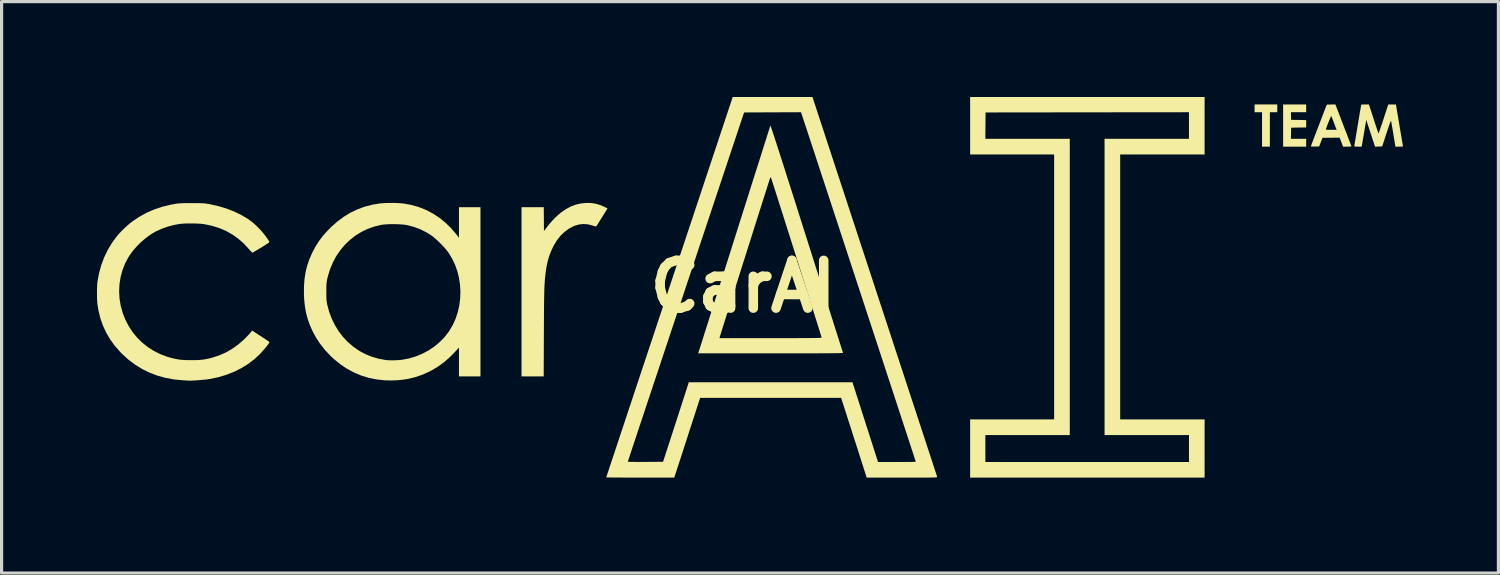
<source format=kicad_pcb>
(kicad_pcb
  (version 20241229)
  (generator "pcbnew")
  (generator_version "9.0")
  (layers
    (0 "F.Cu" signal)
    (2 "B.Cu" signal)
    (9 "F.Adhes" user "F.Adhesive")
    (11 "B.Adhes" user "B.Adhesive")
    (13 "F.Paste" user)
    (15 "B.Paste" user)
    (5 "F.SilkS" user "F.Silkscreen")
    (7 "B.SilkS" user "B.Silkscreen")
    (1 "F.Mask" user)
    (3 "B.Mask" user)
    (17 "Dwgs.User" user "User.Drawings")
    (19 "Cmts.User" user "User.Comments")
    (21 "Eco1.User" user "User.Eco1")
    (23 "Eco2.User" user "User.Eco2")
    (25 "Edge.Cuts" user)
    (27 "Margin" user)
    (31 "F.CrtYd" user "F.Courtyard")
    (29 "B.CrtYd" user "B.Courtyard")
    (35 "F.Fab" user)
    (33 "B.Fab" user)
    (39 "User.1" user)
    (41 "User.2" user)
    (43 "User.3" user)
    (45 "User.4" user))
  (footprint "CarAI"
    (layer "F.Cu")
    (at 20.316 5.96)
    (property "Reference" "CarAI" (at 0 0 0) (layer "F.SilkS") (effects (font (size 1.5 1.5) (thickness 0.3))))
    (attr board_only exclude_from_pos_files exclude_from_bom)
    (fp_poly (pts (xy 16.798 -5.603) (xy 16.798 -5.481) (xy 16.681 -5.481) (xy 16.565 -5.481) (xy 16.565 -4.94) (xy 16.565 -4.399) (xy 16.442 -4.399) (xy 16.319 -4.399) (xy 16.319 -4.94) (xy 16.319 -5.481) (xy 16.202 -5.481) (xy 16.085 -5.481) (xy 16.085 -5.603) (xy 16.085 -5.726) (xy 16.442 -5.726) (xy 16.798 -5.726)) (stroke (width 0) (type solid)) (fill yes) (layer "F.SilkS"))
    (fp_poly (pts (xy 17.707 -5.603) (xy 17.707 -5.481) (xy 17.467 -5.481) (xy 17.227 -5.481) (xy 17.231 -5.361) (xy 17.234 -5.241) (xy 17.471 -5.238) (xy 17.707 -5.234) (xy 17.707 -5.118) (xy 17.707 -5.002) (xy 17.471 -4.999) (xy 17.234 -4.995) (xy 17.231 -4.82) (xy 17.228 -4.645) (xy 17.468 -4.645) (xy 17.707 -4.645) (xy 17.707 -4.522) (xy 17.707 -4.399) (xy 17.345 -4.399) (xy 16.982 -4.399) (xy 16.982 -5.063) (xy 16.982 -5.726) (xy 17.345 -5.726) (xy 17.707 -5.726)) (stroke (width 0) (type solid)) (fill yes) (layer "F.SilkS"))
    (fp_poly (pts (xy 14.513 -5.057) (xy 14.513 -4.153) (xy 13.185 -4.153) (xy 11.858 -4.153) (xy 11.858 0.012) (xy 11.858 4.178) (xy 13.185 4.178) (xy 14.513 4.178) (xy 14.513 5.094) (xy 14.513 6.009) (xy 10.826 6.009) (xy 7.14 6.009) (xy 7.14 5.094) (xy 7.14 4.178) (xy 8.461 4.178) (xy 9.782 4.178) (xy 9.782 0.012) (xy 9.782 -4.153) (xy 8.461 -4.153) (xy 7.14 -4.153) (xy 7.14 -4.645) (xy 7.618 -4.645) (xy 8.946 -4.645) (xy 10.273 -4.645) (xy 10.273 0.012) (xy 10.273 4.67) (xy 8.946 4.67) (xy 7.619 4.67) (xy 7.619 5.094) (xy 7.619 5.517) (xy 10.82 5.517) (xy 14.021 5.517) (xy 14.021 5.094) (xy 14.021 4.67) (xy 12.694 4.67) (xy 11.367 4.67) (xy 11.367 0.012) (xy 11.367 -4.645) (xy 12.694 -4.645) (xy 14.021 -4.645) (xy 14.021 -5.063) (xy 14.021 -5.481) (xy 10.823 -5.478) (xy 7.625 -5.474) (xy 7.622 -5.06) (xy 7.618 -4.645) (xy 7.14 -4.645) (xy 7.14 -5.057) (xy 7.14 -5.96) (xy 10.826 -5.96) (xy 14.513 -5.96)) (stroke (width 0) (type solid)) (fill yes) (layer "F.SilkS"))
    (fp_poly (pts (xy 18.876 -5.074) (xy 18.922 -4.953) (xy 18.966 -4.84) (xy 19.006 -4.735) (xy 19.042 -4.641) (xy 19.073 -4.561) (xy 19.098 -4.495) (xy 19.117 -4.447) (xy 19.128 -4.418) (xy 19.131 -4.41) (xy 19.121 -4.406) (xy 19.092 -4.402) (xy 19.047 -4.4) (xy 19.001 -4.399) (xy 18.866 -4.399) (xy 18.813 -4.541) (xy 18.76 -4.682) (xy 18.49 -4.679) (xy 18.22 -4.676) (xy 18.168 -4.541) (xy 18.116 -4.405) (xy 17.985 -4.402) (xy 17.932 -4.401) (xy 17.889 -4.403) (xy 17.862 -4.405) (xy 17.855 -4.408) (xy 17.859 -4.422) (xy 17.872 -4.455) (xy 17.891 -4.508) (xy 17.917 -4.577) (xy 17.949 -4.661) (xy 17.986 -4.758) (xy 18.026 -4.865) (xy 18.056 -4.943) (xy 18.325 -4.943) (xy 18.328 -4.937) (xy 18.345 -4.932) (xy 18.38 -4.929) (xy 18.433 -4.928) (xy 18.492 -4.928) (xy 18.666 -4.928) (xy 18.641 -4.991) (xy 18.626 -5.027) (xy 18.606 -5.08) (xy 18.583 -5.141) (xy 18.56 -5.203) (xy 18.538 -5.259) (xy 18.519 -5.308) (xy 18.504 -5.343) (xy 18.495 -5.36) (xy 18.495 -5.361) (xy 18.488 -5.353) (xy 18.475 -5.325) (xy 18.456 -5.282) (xy 18.433 -5.227) (xy 18.407 -5.163) (xy 18.38 -5.094) (xy 18.354 -5.024) (xy 18.33 -4.957) (xy 18.325 -4.943) (xy 18.056 -4.943) (xy 18.07 -4.98) (xy 18.105 -5.069) (xy 18.354 -5.72) (xy 18.49 -5.724) (xy 18.625 -5.727)) (stroke (width 0) (type solid)) (fill yes) (layer "F.SilkS"))
    (fp_poly (pts (xy -4.747 -2.623) (xy -4.621 -2.601) (xy -4.495 -2.563) (xy -4.363 -2.507) (xy -4.322 -2.487) (xy -4.263 -2.457) (xy -4.291 -2.411) (xy -4.334 -2.341) (xy -4.38 -2.267) (xy -4.427 -2.192) (xy -4.473 -2.119) (xy -4.515 -2.051) (xy -4.553 -1.991) (xy -4.584 -1.943) (xy -4.606 -1.908) (xy -4.617 -1.891) (xy -4.618 -1.89) (xy -4.633 -1.89) (xy -4.665 -1.897) (xy -4.709 -1.91) (xy -4.737 -1.92) (xy -4.874 -1.955) (xy -5.012 -1.966) (xy -5.15 -1.953) (xy -5.285 -1.916) (xy -5.34 -1.893) (xy -5.487 -1.813) (xy -5.623 -1.711) (xy -5.747 -1.59) (xy -5.857 -1.449) (xy -5.953 -1.29) (xy -5.963 -1.271) (xy -6.038 -1.111) (xy -6.098 -0.954) (xy -6.145 -0.793) (xy -6.181 -0.621) (xy -6.205 -0.461) (xy -6.213 -0.396) (xy -6.22 -0.335) (xy -6.226 -0.276) (xy -6.232 -0.216) (xy -6.237 -0.155) (xy -6.241 -0.09) (xy -6.245 -0.021) (xy -6.248 0.056) (xy -6.251 0.141) (xy -6.253 0.236) (xy -6.255 0.343) (xy -6.257 0.463) (xy -6.259 0.599) (xy -6.26 0.751) (xy -6.261 0.922) (xy -6.262 1.113) (xy -6.263 1.326) (xy -6.264 1.459) (xy -6.269 2.826) (xy -6.618 2.826) (xy -6.967 2.826) (xy -6.967 0.166) (xy -6.967 -2.495) (xy -6.617 -2.495) (xy -6.267 -2.495) (xy -6.264 -2.12) (xy -6.261 -1.745) (xy -6.156 -1.883) (xy -6.081 -1.978) (xy -5.996 -2.074) (xy -5.906 -2.166) (xy -5.818 -2.25) (xy -5.736 -2.319) (xy -5.714 -2.336) (xy -5.561 -2.439) (xy -5.41 -2.519) (xy -5.258 -2.576) (xy -5.101 -2.612) (xy -4.938 -2.629) (xy -4.88 -2.63)) (stroke (width 0) (type solid)) (fill yes) (layer "F.SilkS"))
    (fp_poly (pts (xy 19.827 -5.275) (xy 19.859 -5.174) (xy 19.89 -5.081) (xy 19.918 -4.997) (xy 19.941 -4.927) (xy 19.96 -4.871) (xy 19.973 -4.833) (xy 19.98 -4.815) (xy 19.981 -4.814) (xy 19.986 -4.823) (xy 19.998 -4.853) (xy 20.016 -4.902) (xy 20.038 -4.967) (xy 20.065 -5.046) (xy 20.096 -5.135) (xy 20.128 -5.234) (xy 20.138 -5.266) (xy 20.289 -5.726) (xy 20.409 -5.726) (xy 20.529 -5.726) (xy 20.637 -5.084) (xy 20.657 -4.961) (xy 20.677 -4.845) (xy 20.695 -4.738) (xy 20.711 -4.643) (xy 20.725 -4.562) (xy 20.736 -4.497) (xy 20.745 -4.45) (xy 20.749 -4.425) (xy 20.75 -4.421) (xy 20.751 -4.411) (xy 20.743 -4.405) (xy 20.723 -4.401) (xy 20.687 -4.4) (xy 20.636 -4.399) (xy 20.514 -4.399) (xy 20.449 -4.789) (xy 20.433 -4.886) (xy 20.418 -4.975) (xy 20.404 -5.055) (xy 20.393 -5.121) (xy 20.384 -5.172) (xy 20.378 -5.203) (xy 20.377 -5.21) (xy 20.373 -5.212) (xy 20.364 -5.197) (xy 20.35 -5.165) (xy 20.331 -5.115) (xy 20.307 -5.044) (xy 20.276 -4.953) (xy 20.239 -4.839) (xy 20.233 -4.823) (xy 20.097 -4.405) (xy 19.985 -4.402) (xy 19.872 -4.398) (xy 19.734 -4.82) (xy 19.596 -5.241) (xy 19.532 -4.864) (xy 19.516 -4.769) (xy 19.5 -4.679) (xy 19.487 -4.599) (xy 19.475 -4.532) (xy 19.466 -4.481) (xy 19.461 -4.449) (xy 19.46 -4.443) (xy 19.451 -4.399) (xy 19.335 -4.399) (xy 19.285 -4.4) (xy 19.246 -4.403) (xy 19.223 -4.408) (xy 19.219 -4.411) (xy 19.221 -4.425) (xy 19.227 -4.46) (xy 19.235 -4.514) (xy 19.247 -4.584) (xy 19.261 -4.668) (xy 19.276 -4.762) (xy 19.293 -4.863) (xy 19.311 -4.969) (xy 19.329 -5.078) (xy 19.347 -5.186) (xy 19.365 -5.291) (xy 19.381 -5.389) (xy 19.396 -5.479) (xy 19.41 -5.557) (xy 19.421 -5.621) (xy 19.429 -5.668) (xy 19.434 -5.694) (xy 19.434 -5.699) (xy 19.439 -5.711) (xy 19.448 -5.719) (xy 19.466 -5.724) (xy 19.499 -5.726) (xy 19.551 -5.726) (xy 19.56 -5.726) (xy 19.68 -5.726)) (stroke (width 0) (type solid)) (fill yes) (layer "F.SilkS"))
    (fp_poly (pts (xy -10.982 -2.629) (xy -10.861 -2.625) (xy -10.752 -2.618) (xy -10.682 -2.611) (xy -10.437 -2.567) (xy -10.202 -2.501) (xy -9.977 -2.412) (xy -9.763 -2.301) (xy -9.559 -2.169) (xy -9.367 -2.015) (xy -9.186 -1.84) (xy -9.018 -1.643) (xy -8.979 -1.593) (xy -8.934 -1.533) (xy -8.934 -2.014) (xy -8.934 -2.495) (xy -8.596 -2.495) (xy -8.258 -2.495) (xy -8.258 0.166) (xy -8.258 2.826) (xy -8.596 2.826) (xy -8.934 2.826) (xy -8.934 2.372) (xy -8.934 1.917) (xy -9.018 2.012) (xy -9.201 2.203) (xy -9.397 2.374) (xy -9.603 2.524) (xy -9.819 2.652) (xy -10.044 2.757) (xy -10.278 2.841) (xy -10.518 2.901) (xy -10.691 2.929) (xy -10.885 2.948) (xy -11.085 2.954) (xy -11.276 2.948) (xy -11.532 2.92) (xy -11.779 2.869) (xy -12.017 2.795) (xy -12.246 2.698) (xy -12.465 2.579) (xy -12.675 2.437) (xy -12.875 2.273) (xy -12.99 2.164) (xy -13.157 1.983) (xy -13.302 1.798) (xy -13.429 1.605) (xy -13.536 1.407) (xy -13.622 1.214) (xy -13.69 1.023) (xy -13.742 0.829) (xy -13.778 0.626) (xy -13.801 0.41) (xy -13.809 0.245) (xy -13.808 0.166) (xy -13.104 0.166) (xy -13.104 0.26) (xy -13.103 0.335) (xy -13.101 0.394) (xy -13.097 0.444) (xy -13.091 0.489) (xy -13.083 0.534) (xy -13.077 0.565) (xy -13.017 0.791) (xy -12.936 1.007) (xy -12.836 1.212) (xy -12.718 1.404) (xy -12.582 1.582) (xy -12.431 1.743) (xy -12.264 1.887) (xy -12.085 2.012) (xy -12.019 2.051) (xy -11.839 2.142) (xy -11.655 2.214) (xy -11.463 2.269) (xy -11.258 2.307) (xy -11.201 2.314) (xy -11.145 2.318) (xy -11.073 2.32) (xy -10.99 2.32) (xy -10.904 2.317) (xy -10.823 2.313) (xy -10.753 2.306) (xy -10.738 2.305) (xy -10.515 2.263) (xy -10.298 2.2) (xy -10.092 2.116) (xy -9.896 2.013) (xy -9.713 1.891) (xy -9.544 1.751) (xy -9.392 1.596) (xy -9.258 1.424) (xy -9.239 1.396) (xy -9.13 1.211) (xy -9.041 1.015) (xy -8.972 0.81) (xy -8.924 0.597) (xy -8.896 0.381) (xy -8.888 0.162) (xy -8.901 -0.057) (xy -8.933 -0.273) (xy -8.986 -0.484) (xy -9.059 -0.689) (xy -9.152 -0.884) (xy -9.265 -1.068) (xy -9.275 -1.081) (xy -9.33 -1.153) (xy -9.4 -1.234) (xy -9.481 -1.32) (xy -9.566 -1.404) (xy -9.651 -1.484) (xy -9.731 -1.553) (xy -9.794 -1.601) (xy -9.965 -1.708) (xy -10.151 -1.8) (xy -10.348 -1.874) (xy -10.551 -1.928) (xy -10.57 -1.932) (xy -10.654 -1.945) (xy -10.756 -1.954) (xy -10.87 -1.96) (xy -10.989 -1.962) (xy -11.108 -1.961) (xy -11.22 -1.956) (xy -11.32 -1.947) (xy -11.385 -1.937) (xy -11.603 -1.884) (xy -11.811 -1.81) (xy -12.007 -1.714) (xy -12.192 -1.6) (xy -12.363 -1.466) (xy -12.52 -1.315) (xy -12.661 -1.147) (xy -12.787 -0.965) (xy -12.894 -0.767) (xy -12.983 -0.557) (xy -13.053 -0.334) (xy -13.077 -0.233) (xy -13.086 -0.186) (xy -13.093 -0.142) (xy -13.098 -0.096) (xy -13.102 -0.043) (xy -13.103 0.021) (xy -13.104 0.102) (xy -13.104 0.166) (xy -13.808 0.166) (xy -13.808 0.003) (xy -13.792 -0.222) (xy -13.76 -0.436) (xy -13.711 -0.641) (xy -13.644 -0.841) (xy -13.559 -1.039) (xy -13.542 -1.075) (xy -13.447 -1.254) (xy -13.343 -1.419) (xy -13.226 -1.576) (xy -13.093 -1.729) (xy -12.963 -1.862) (xy -12.766 -2.037) (xy -12.563 -2.189) (xy -12.352 -2.319) (xy -12.131 -2.425) (xy -11.901 -2.51) (xy -11.661 -2.573) (xy -11.437 -2.611) (xy -11.341 -2.62) (xy -11.229 -2.626) (xy -11.107 -2.629)) (stroke (width 0) (type solid)) (fill yes) (layer "F.SilkS"))
    (fp_poly (pts (xy -17.327 -2.623) (xy -17.218 -2.622) (xy -17.13 -2.622) (xy -17.059 -2.62) (xy -17.001 -2.618) (xy -16.951 -2.615) (xy -16.906 -2.611) (xy -16.861 -2.605) (xy -16.814 -2.597) (xy -16.774 -2.59) (xy -16.504 -2.53) (xy -16.247 -2.453) (xy -16.004 -2.359) (xy -15.776 -2.248) (xy -15.565 -2.122) (xy -15.517 -2.089) (xy -15.416 -2.011) (xy -15.31 -1.916) (xy -15.204 -1.81) (xy -15.103 -1.697) (xy -15.012 -1.583) (xy -14.936 -1.474) (xy -14.929 -1.463) (xy -14.907 -1.427) (xy -14.898 -1.405) (xy -14.901 -1.391) (xy -14.907 -1.384) (xy -14.923 -1.372) (xy -14.957 -1.349) (xy -15.003 -1.32) (xy -15.059 -1.284) (xy -15.121 -1.246) (xy -15.186 -1.206) (xy -15.25 -1.167) (xy -15.309 -1.132) (xy -15.359 -1.102) (xy -15.398 -1.079) (xy -15.422 -1.066) (xy -15.427 -1.064) (xy -15.44 -1.073) (xy -15.465 -1.096) (xy -15.498 -1.132) (xy -15.535 -1.174) (xy -15.697 -1.349) (xy -15.87 -1.502) (xy -16.056 -1.634) (xy -16.254 -1.745) (xy -16.467 -1.837) (xy -16.693 -1.908) (xy -16.933 -1.959) (xy -16.952 -1.962) (xy -17.027 -1.971) (xy -17.12 -1.978) (xy -17.226 -1.982) (xy -17.338 -1.984) (xy -17.449 -1.984) (xy -17.555 -1.981) (xy -17.649 -1.975) (xy -17.72 -1.968) (xy -17.906 -1.933) (xy -18.094 -1.883) (xy -18.275 -1.819) (xy -18.443 -1.744) (xy -18.497 -1.716) (xy -18.646 -1.625) (xy -18.795 -1.514) (xy -18.94 -1.389) (xy -19.075 -1.253) (xy -19.197 -1.111) (xy -19.3 -0.967) (xy -19.332 -0.915) (xy -19.435 -0.719) (xy -19.515 -0.514) (xy -19.573 -0.301) (xy -19.608 -0.082) (xy -19.62 0.14) (xy -19.609 0.363) (xy -19.574 0.586) (xy -19.568 0.612) (xy -19.506 0.835) (xy -19.422 1.047) (xy -19.318 1.247) (xy -19.196 1.434) (xy -19.055 1.605) (xy -18.897 1.761) (xy -18.723 1.9) (xy -18.535 2.021) (xy -18.333 2.123) (xy -18.118 2.205) (xy -17.996 2.24) (xy -17.899 2.265) (xy -17.811 2.283) (xy -17.728 2.297) (xy -17.643 2.306) (xy -17.55 2.312) (xy -17.443 2.314) (xy -17.351 2.315) (xy -17.23 2.314) (xy -17.127 2.311) (xy -17.037 2.304) (xy -16.953 2.294) (xy -16.869 2.279) (xy -16.78 2.259) (xy -16.706 2.24) (xy -16.485 2.17) (xy -16.272 2.077) (xy -16.069 1.961) (xy -15.875 1.823) (xy -15.691 1.664) (xy -15.518 1.483) (xy -15.48 1.439) (xy -15.435 1.385) (xy -15.183 1.55) (xy -15.097 1.606) (xy -15.029 1.65) (xy -14.978 1.684) (xy -14.941 1.709) (xy -14.916 1.727) (xy -14.902 1.74) (xy -14.895 1.75) (xy -14.895 1.757) (xy -14.899 1.765) (xy -14.904 1.773) (xy -14.906 1.776) (xy -14.92 1.798) (xy -14.946 1.834) (xy -14.981 1.879) (xy -15.02 1.929) (xy -15.024 1.933) (xy -15.187 2.118) (xy -15.368 2.285) (xy -15.566 2.436) (xy -15.779 2.568) (xy -16.007 2.681) (xy -16.248 2.776) (xy -16.503 2.852) (xy -16.769 2.907) (xy -16.84 2.918) (xy -16.886 2.924) (xy -16.948 2.93) (xy -17.021 2.937) (xy -17.099 2.943) (xy -17.179 2.949) (xy -17.256 2.954) (xy -17.324 2.957) (xy -17.379 2.959) (xy -17.417 2.96) (xy -17.425 2.959) (xy -17.443 2.958) (xy -17.481 2.956) (xy -17.534 2.953) (xy -17.596 2.949) (xy -17.615 2.948) (xy -17.892 2.922) (xy -18.158 2.873) (xy -18.414 2.803) (xy -18.658 2.71) (xy -18.891 2.596) (xy -19.113 2.46) (xy -19.323 2.303) (xy -19.521 2.124) (xy -19.585 2.059) (xy -19.755 1.865) (xy -19.902 1.663) (xy -20.026 1.451) (xy -20.129 1.229) (xy -20.21 0.996) (xy -20.27 0.751) (xy -20.302 0.553) (xy -20.308 0.488) (xy -20.313 0.406) (xy -20.315 0.312) (xy -20.316 0.212) (xy -20.316 0.111) (xy -20.313 0.016) (xy -20.309 -0.068) (xy -20.304 -0.134) (xy -20.302 -0.147) (xy -20.252 -0.418) (xy -20.181 -0.676) (xy -20.088 -0.923) (xy -19.974 -1.158) (xy -19.838 -1.382) (xy -19.698 -1.573) (xy -19.63 -1.653) (xy -19.548 -1.74) (xy -19.458 -1.829) (xy -19.365 -1.915) (xy -19.277 -1.991) (xy -19.217 -2.037) (xy -18.996 -2.187) (xy -18.765 -2.315) (xy -18.523 -2.421) (xy -18.269 -2.507) (xy -18.001 -2.573) (xy -17.843 -2.601) (xy -17.795 -2.608) (xy -17.745 -2.613) (xy -17.69 -2.617) (xy -17.626 -2.62) (xy -17.548 -2.622) (xy -17.454 -2.623) (xy -17.34 -2.623)) (stroke (width 0) (type solid)) (fill yes) (layer "F.SilkS"))
    (fp_poly (pts (xy 0.861 -5.057) (xy 0.868 -5.041) (xy 0.879 -5.011) (xy 0.894 -4.967) (xy 0.914 -4.908) (xy 0.939 -4.834) (xy 0.969 -4.744) (xy 1.003 -4.639) (xy 1.043 -4.516) (xy 1.088 -4.377) (xy 1.139 -4.219) (xy 1.195 -4.044) (xy 1.258 -3.849) (xy 1.326 -3.636) (xy 1.4 -3.402) (xy 1.481 -3.149) (xy 1.569 -2.874) (xy 1.663 -2.578) (xy 1.763 -2.261) (xy 1.871 -1.921) (xy 1.986 -1.558) (xy 2.002 -1.509) (xy 2.093 -1.221) (xy 2.183 -0.939) (xy 2.27 -0.664) (xy 2.355 -0.396) (xy 2.437 -0.137) (xy 2.516 0.112) (xy 2.592 0.351) (xy 2.664 0.578) (xy 2.732 0.793) (xy 2.796 0.994) (xy 2.855 1.182) (xy 2.91 1.354) (xy 2.96 1.511) (xy 3.004 1.65) (xy 3.043 1.772) (xy 3.076 1.876) (xy 3.102 1.96) (xy 3.122 2.023) (xy 3.136 2.065) (xy 3.142 2.085) (xy 3.143 2.086) (xy 3.139 2.088) (xy 3.126 2.09) (xy 3.103 2.091) (xy 3.069 2.093) (xy 3.023 2.094) (xy 2.964 2.095) (xy 2.891 2.096) (xy 2.804 2.097) (xy 2.701 2.098) (xy 2.582 2.099) (xy 2.446 2.099) (xy 2.291 2.1) (xy 2.118 2.1) (xy 1.924 2.101) (xy 1.71 2.101) (xy 1.473 2.101) (xy 1.215 2.101) (xy 0.932 2.101) (xy 0.868 2.101) (xy -1.412 2.101) (xy -1.401 2.068) (xy -1.396 2.053) (xy -1.384 2.016) (xy -1.366 1.958) (xy -1.341 1.879) (xy -1.309 1.78) (xy -1.272 1.662) (xy -1.259 1.622) (xy -0.74 1.622) (xy 0.865 1.622) (xy 1.098 1.622) (xy 1.309 1.622) (xy 1.496 1.622) (xy 1.663 1.622) (xy 1.811 1.621) (xy 1.939 1.621) (xy 2.051 1.62) (xy 2.146 1.619) (xy 2.226 1.619) (xy 2.292 1.618) (xy 2.346 1.616) (xy 2.388 1.615) (xy 2.42 1.613) (xy 2.443 1.611) (xy 2.458 1.609) (xy 2.467 1.607) (xy 2.47 1.604) (xy 2.47 1.604) (xy 2.466 1.591) (xy 2.456 1.555) (xy 2.438 1.499) (xy 2.415 1.424) (xy 2.386 1.33) (xy 2.351 1.219) (xy 2.311 1.093) (xy 2.267 0.952) (xy 2.219 0.799) (xy 2.167 0.634) (xy 2.111 0.459) (xy 2.053 0.274) (xy 1.993 0.082) (xy 1.93 -0.116) (xy 1.866 -0.319) (xy 1.8 -0.527) (xy 1.734 -0.736) (xy 1.667 -0.947) (xy 1.6 -1.158) (xy 1.534 -1.367) (xy 1.469 -1.573) (xy 1.404 -1.775) (xy 1.342 -1.972) (xy 1.282 -2.162) (xy 1.224 -2.344) (xy 1.169 -2.516) (xy 1.117 -2.678) (xy 1.07 -2.828) (xy 1.026 -2.965) (xy 0.987 -3.087) (xy 0.953 -3.193) (xy 0.924 -3.282) (xy 0.902 -3.353) (xy 0.885 -3.403) (xy 0.875 -3.433) (xy 0.873 -3.44) (xy 0.865 -3.436) (xy 0.852 -3.409) (xy 0.833 -3.36) (xy 0.81 -3.289) (xy 0.805 -3.274) (xy 0.795 -3.244) (xy 0.779 -3.191) (xy 0.756 -3.118) (xy 0.726 -3.025) (xy 0.691 -2.914) (xy 0.65 -2.785) (xy 0.604 -2.64) (xy 0.553 -2.48) (xy 0.498 -2.307) (xy 0.44 -2.122) (xy 0.377 -1.925) (xy 0.312 -1.719) (xy 0.244 -1.504) (xy 0.173 -1.281) (xy 0.101 -1.053) (xy 0.027 -0.819) (xy 0.01 -0.768) (xy -0.063 -0.536) (xy -0.135 -0.31) (xy -0.204 -0.091) (xy -0.271 0.119) (xy -0.334 0.32) (xy -0.395 0.511) (xy -0.451 0.69) (xy -0.504 0.856) (xy -0.552 1.008) (xy -0.595 1.145) (xy -0.633 1.265) (xy -0.665 1.369) (xy -0.692 1.454) (xy -0.712 1.519) (xy -0.726 1.563) (xy -0.733 1.586) (xy -0.733 1.588) (xy -0.74 1.622) (xy -1.259 1.622) (xy -1.229 1.526) (xy -1.181 1.374) (xy -1.127 1.205) (xy -1.069 1.021) (xy -1.006 0.822) (xy -0.939 0.611) (xy -0.868 0.387) (xy -0.793 0.151) (xy -0.715 -0.095) (xy -0.634 -0.351) (xy -0.55 -0.616) (xy -0.464 -0.889) (xy -0.375 -1.168) (xy -0.285 -1.454) (xy -0.27 -1.499) (xy -0.18 -1.786) (xy -0.091 -2.066) (xy -0.004 -2.34) (xy 0.08 -2.606) (xy 0.162 -2.863) (xy 0.24 -3.111) (xy 0.315 -3.348) (xy 0.387 -3.574) (xy 0.454 -3.787) (xy 0.518 -3.987) (xy 0.577 -4.173) (xy 0.631 -4.344) (xy 0.68 -4.499) (xy 0.724 -4.637) (xy 0.762 -4.758) (xy 0.794 -4.859) (xy 0.82 -4.941) (xy 0.839 -5.003) (xy 0.852 -5.042) (xy 0.858 -5.06) (xy 0.858 -5.061)) (stroke (width 0) (type solid)) (fill yes) (layer "F.SilkS"))
    (fp_poly (pts (xy 4.14 0.003) (xy 4.262 0.375) (xy 4.383 0.742) (xy 4.501 1.101) (xy 4.617 1.454) (xy 4.73 1.799) (xy 4.84 2.135) (xy 4.948 2.462) (xy 5.052 2.779) (xy 5.152 3.085) (xy 5.249 3.38) (xy 5.342 3.663) (xy 5.431 3.933) (xy 5.515 4.19) (xy 5.594 4.432) (xy 5.669 4.66) (xy 5.739 4.872) (xy 5.803 5.068) (xy 5.862 5.247) (xy 5.915 5.408) (xy 5.962 5.552) (xy 6.002 5.676) (xy 6.036 5.78) (xy 6.064 5.864) (xy 6.085 5.927) (xy 6.098 5.968) (xy 6.104 5.986) (xy 6.104 5.987) (xy 6.104 5.991) (xy 6.101 5.994) (xy 6.094 5.997) (xy 6.08 6) (xy 6.059 6.002) (xy 6.029 6.004) (xy 5.989 6.005) (xy 5.936 6.006) (xy 5.87 6.007) (xy 5.79 6.008) (xy 5.693 6.008) (xy 5.578 6.009) (xy 5.444 6.009) (xy 5.289 6.009) (xy 5.112 6.009) (xy 4.999 6.009) (xy 3.887 6.009) (xy 3.56 4.986) (xy 3.509 4.827) (xy 3.458 4.67) (xy 3.41 4.517) (xy 3.363 4.371) (xy 3.319 4.234) (xy 3.278 4.108) (xy 3.242 3.995) (xy 3.211 3.897) (xy 3.185 3.818) (xy 3.166 3.758) (xy 3.158 3.733) (xy 3.084 3.502) (xy 0.867 3.502) (xy -1.35 3.502) (xy -1.405 3.671) (xy -1.418 3.711) (xy -1.438 3.772) (xy -1.464 3.852) (xy -1.495 3.948) (xy -1.531 4.058) (xy -1.57 4.18) (xy -1.613 4.311) (xy -1.658 4.449) (xy -1.704 4.592) (xy -1.739 4.7) (xy -1.786 4.847) (xy -1.833 4.992) (xy -1.879 5.134) (xy -1.922 5.268) (xy -1.963 5.394) (xy -2 5.507) (xy -2.033 5.607) (xy -2.06 5.69) (xy -2.081 5.754) (xy -2.091 5.785) (xy -2.165 6.009) (xy -3.233 6.009) (xy -3.393 6.009) (xy -3.545 6.009) (xy -3.689 6.008) (xy -3.821 6.007) (xy -3.942 6.007) (xy -4.048 6.006) (xy -4.137 6.005) (xy -4.21 6.004) (xy -4.262 6.002) (xy -4.293 6.001) (xy -4.302 6) (xy -4.298 5.988) (xy -4.287 5.953) (xy -4.268 5.896) (xy -4.242 5.818) (xy -4.21 5.72) (xy -4.171 5.601) (xy -4.14 5.508) (xy -3.625 5.508) (xy -3.613 5.51) (xy -3.579 5.512) (xy -3.525 5.513) (xy -3.455 5.514) (xy -3.369 5.515) (xy -3.271 5.515) (xy -3.163 5.515) (xy -3.07 5.515) (xy -2.516 5.511) (xy -2.173 4.455) (xy -2.121 4.294) (xy -2.07 4.137) (xy -2.021 3.985) (xy -1.974 3.84) (xy -1.93 3.704) (xy -1.89 3.579) (xy -1.854 3.468) (xy -1.823 3.373) (xy -1.798 3.295) (xy -1.779 3.236) (xy -1.769 3.204) (xy -1.707 3.011) (xy 0.866 3.011) (xy 3.44 3.011) (xy 3.506 3.216) (xy 3.52 3.259) (xy 3.541 3.324) (xy 3.567 3.407) (xy 3.6 3.507) (xy 3.637 3.623) (xy 3.678 3.751) (xy 3.722 3.89) (xy 3.769 4.037) (xy 3.819 4.191) (xy 3.869 4.35) (xy 3.908 4.47) (xy 4.244 5.517) (xy 4.838 5.517) (xy 4.956 5.517) (xy 5.066 5.517) (xy 5.166 5.516) (xy 5.254 5.516) (xy 5.327 5.515) (xy 5.382 5.513) (xy 5.418 5.512) (xy 5.431 5.511) (xy 5.431 5.511) (xy 5.428 5.499) (xy 5.416 5.464) (xy 5.398 5.408) (xy 5.373 5.331) (xy 5.342 5.234) (xy 5.304 5.119) (xy 5.26 4.985) (xy 5.211 4.834) (xy 5.156 4.667) (xy 5.096 4.484) (xy 5.031 4.287) (xy 4.962 4.076) (xy 4.889 3.853) (xy 4.812 3.617) (xy 4.731 3.371) (xy 4.647 3.114) (xy 4.559 2.848) (xy 4.469 2.574) (xy 4.377 2.292) (xy 4.282 2.004) (xy 4.186 1.71) (xy 4.088 1.411) (xy 3.988 1.108) (xy 3.888 0.802) (xy 3.787 0.494) (xy 3.685 0.185) (xy 3.583 -0.125) (xy 3.482 -0.435) (xy 3.38 -0.743) (xy 3.28 -1.049) (xy 3.18 -1.352) (xy 3.082 -1.651) (xy 2.986 -1.945) (xy 2.891 -2.233) (xy 2.798 -2.515) (xy 2.708 -2.789) (xy 2.621 -3.055) (xy 2.536 -3.312) (xy 2.455 -3.558) (xy 2.378 -3.794) (xy 2.304 -4.018) (xy 2.235 -4.229) (xy 2.17 -4.426) (xy 2.11 -4.608) (xy 2.055 -4.776) (xy 2.005 -4.927) (xy 1.961 -5.06) (xy 1.923 -5.176) (xy 1.891 -5.273) (xy 1.866 -5.35) (xy 1.847 -5.406) (xy 1.835 -5.441) (xy 1.831 -5.453) (xy 1.819 -5.481) (xy 0.925 -5.478) (xy 0.032 -5.474) (xy -1.797 0.012) (xy -1.915 0.369) (xy -2.032 0.719) (xy -2.147 1.064) (xy -2.259 1.4) (xy -2.368 1.729) (xy -2.475 2.049) (xy -2.578 2.36) (xy -2.678 2.66) (xy -2.775 2.949) (xy -2.867 3.227) (xy -2.956 3.493) (xy -3.04 3.745) (xy -3.119 3.984) (xy -3.193 4.208) (xy -3.263 4.416) (xy -3.327 4.609) (xy -3.386 4.785) (xy -3.438 4.944) (xy -3.485 5.085) (xy -3.525 5.207) (xy -3.559 5.309) (xy -3.586 5.391) (xy -3.606 5.452) (xy -3.619 5.491) (xy -3.625 5.508) (xy -3.625 5.508) (xy -4.14 5.508) (xy -4.125 5.464) (xy -4.073 5.308) (xy -4.016 5.134) (xy -3.952 4.943) (xy -3.884 4.736) (xy -3.809 4.513) (xy -3.73 4.275) (xy -3.647 4.023) (xy -3.558 3.756) (xy -3.465 3.478) (xy -3.369 3.186) (xy -3.268 2.883) (xy -3.164 2.57) (xy -3.056 2.246) (xy -2.945 1.912) (xy -2.831 1.57) (xy -2.715 1.22) (xy -2.596 0.862) (xy -2.474 0.498) (xy -2.351 0.127) (xy -2.314 0.016) (xy -0.326 -5.959) (xy 0.928 -5.959) (xy 2.182 -5.96)) (stroke (width 0) (type solid)) (fill yes) (layer "F.SilkS")))
  (gr_rect
    (start -3 -3)
    (end 44.068 14.969)
    (stroke (width 0.1) (type default))
    (fill no)
    (layer "Edge.Cuts")))
</source>
